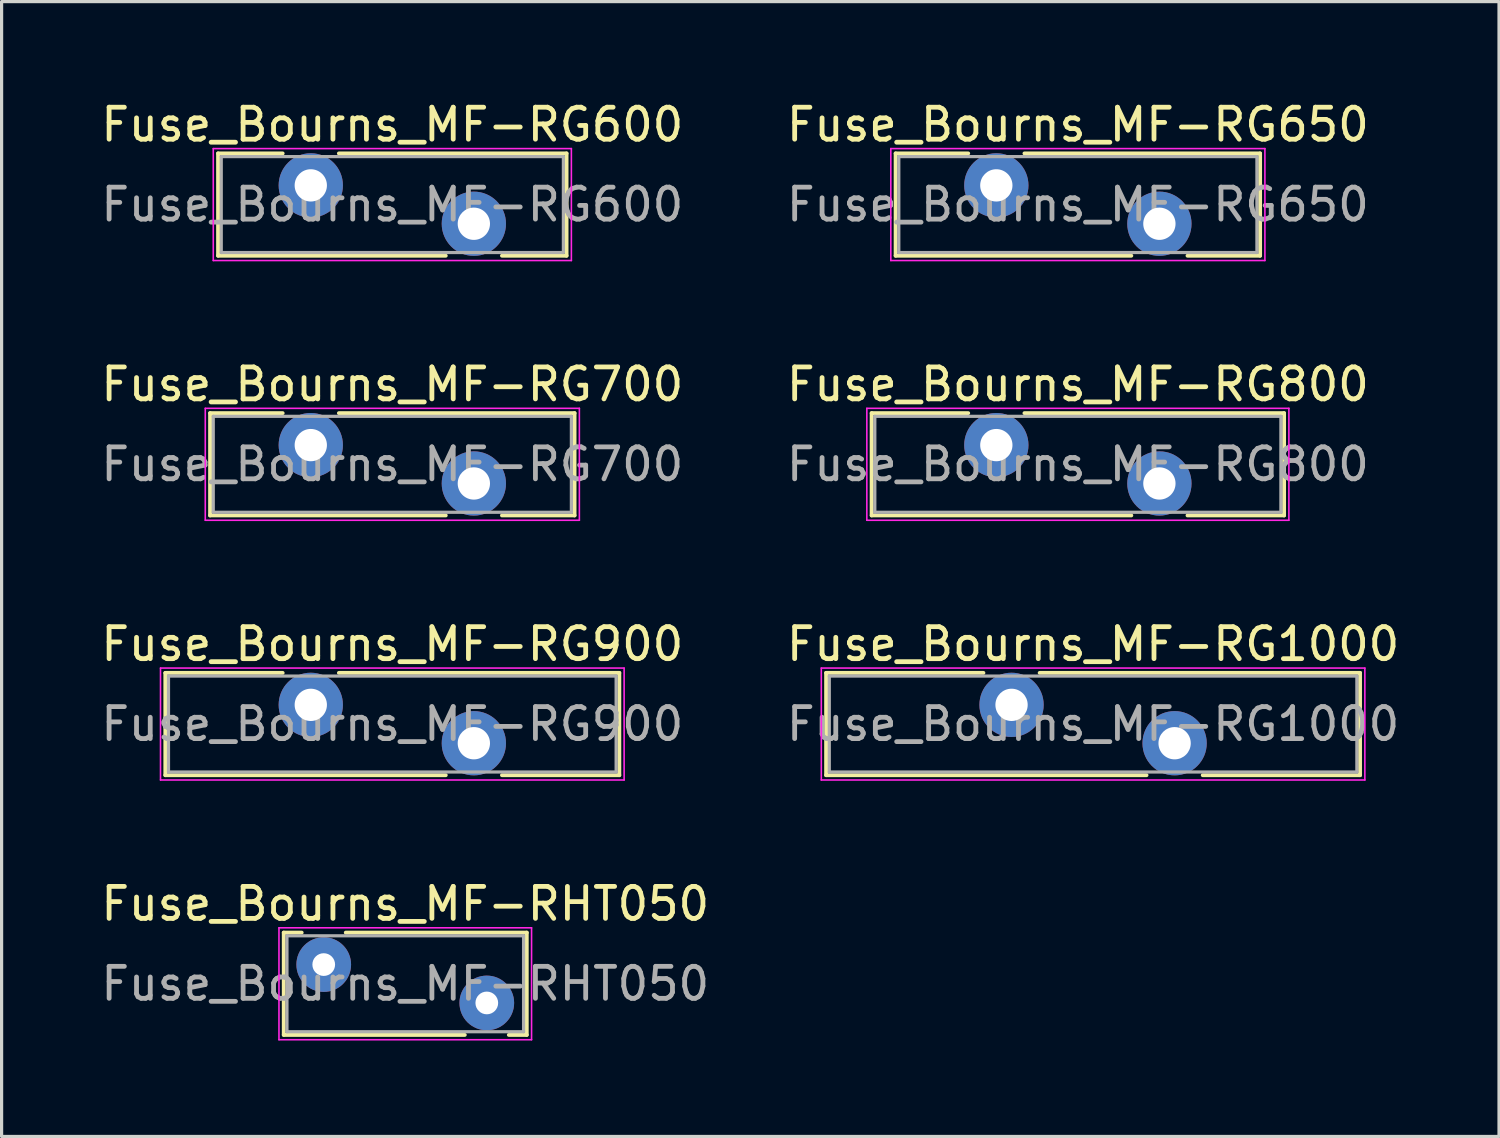
<source format=kicad_pcb>
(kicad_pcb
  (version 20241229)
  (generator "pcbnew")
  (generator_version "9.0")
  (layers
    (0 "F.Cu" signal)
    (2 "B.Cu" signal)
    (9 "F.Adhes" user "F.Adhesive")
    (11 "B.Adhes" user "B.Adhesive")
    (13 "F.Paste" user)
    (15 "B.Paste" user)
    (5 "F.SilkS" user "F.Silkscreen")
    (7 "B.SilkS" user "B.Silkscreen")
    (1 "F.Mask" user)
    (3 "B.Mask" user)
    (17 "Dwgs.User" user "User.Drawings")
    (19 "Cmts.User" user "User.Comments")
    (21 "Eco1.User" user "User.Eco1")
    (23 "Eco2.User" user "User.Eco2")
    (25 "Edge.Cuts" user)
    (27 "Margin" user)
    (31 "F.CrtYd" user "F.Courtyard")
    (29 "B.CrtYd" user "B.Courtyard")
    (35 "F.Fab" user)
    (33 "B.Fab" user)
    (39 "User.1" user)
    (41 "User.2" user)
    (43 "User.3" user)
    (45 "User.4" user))
  (footprint "Fuse_Bourns_MF-RG700"
    (layer "F.Cu")
    (at 6.67 10.871)
    (property "Reference" "Fuse_Bourns_MF-RG700" (at 2.55 -1.9 0) (layer "F.SilkS") (effects (font (size 1 1) (thickness 0.15))))
    (attr through_hole)
    (fp_line (start -3.15 -1) (end -3.15 2.2) (stroke (width 0.12) (type solid)) (layer "F.SilkS"))
    (fp_line (start -3.15 -1) (end -0.879 -1) (stroke (width 0.12) (type solid)) (layer "F.SilkS"))
    (fp_line (start -3.15 2.2) (end 4.222 2.2) (stroke (width 0.12) (type solid)) (layer "F.SilkS"))
    (fp_line (start 0.879 -1) (end 8.25 -1) (stroke (width 0.12) (type solid)) (layer "F.SilkS"))
    (fp_line (start 5.979 2.2) (end 8.25 2.2) (stroke (width 0.12) (type solid)) (layer "F.SilkS"))
    (fp_line (start 8.25 -1) (end 8.25 2.2) (stroke (width 0.12) (type solid)) (layer "F.SilkS"))
    (fp_line (start -3.3 -1.15) (end -3.3 2.35) (stroke (width 0.05) (type solid)) (layer "F.CrtYd"))
    (fp_line (start -3.3 2.35) (end 8.4 2.35) (stroke (width 0.05) (type solid)) (layer "F.CrtYd"))
    (fp_line (start 8.4 -1.15) (end -3.3 -1.15) (stroke (width 0.05) (type solid)) (layer "F.CrtYd"))
    (fp_line (start 8.4 2.35) (end 8.4 -1.15) (stroke (width 0.05) (type solid)) (layer "F.CrtYd"))
    (fp_line (start -3.05 -0.9) (end -3.05 2.1) (stroke (width 0.1) (type solid)) (layer "F.Fab"))
    (fp_line (start -3.05 2.1) (end 8.15 2.1) (stroke (width 0.1) (type solid)) (layer "F.Fab"))
    (fp_line (start 8.15 -0.9) (end -3.05 -0.9) (stroke (width 0.1) (type solid)) (layer "F.Fab"))
    (fp_line (start 8.15 2.1) (end 8.15 -0.9) (stroke (width 0.1) (type solid)) (layer "F.Fab"))
    (fp_text user "${REFERENCE}" (at 2.55 0.6 0) (layer "F.Fab") (effects (font (size 1 1) (thickness 0.15))))
    (pad "1" thru_hole circle (at 0 0) (size 2.01 2.01) (drill 1.01) (layers "*.Cu" "*.Mask"))
    (pad "2" thru_hole circle (at 5.1 1.2) (size 2.01 2.01) (drill 1.01) (layers "*.Cu" "*.Mask")))
  (footprint "Fuse_Bourns_MF-RG1000"
    (layer "F.Cu")
    (at 28.587 18.995)
    (property "Reference" "Fuse_Bourns_MF-RG1000" (at 2.55 -1.9 0) (layer "F.SilkS") (effects (font (size 1 1) (thickness 0.15))))
    (attr through_hole)
    (fp_line (start -5.8 -1) (end -5.8 2.2) (stroke (width 0.12) (type solid)) (layer "F.SilkS"))
    (fp_line (start -5.8 -1) (end -0.879 -1) (stroke (width 0.12) (type solid)) (layer "F.SilkS"))
    (fp_line (start -5.8 2.2) (end 4.222 2.2) (stroke (width 0.12) (type solid)) (layer "F.SilkS"))
    (fp_line (start 0.879 -1) (end 10.9 -1) (stroke (width 0.12) (type solid)) (layer "F.SilkS"))
    (fp_line (start 5.979 2.2) (end 10.9 2.2) (stroke (width 0.12) (type solid)) (layer "F.SilkS"))
    (fp_line (start 10.9 -1) (end 10.9 2.2) (stroke (width 0.12) (type solid)) (layer "F.SilkS"))
    (fp_line (start -5.95 -1.15) (end -5.95 2.35) (stroke (width 0.05) (type solid)) (layer "F.CrtYd"))
    (fp_line (start -5.95 2.35) (end 11.05 2.35) (stroke (width 0.05) (type solid)) (layer "F.CrtYd"))
    (fp_line (start 11.05 -1.15) (end -5.95 -1.15) (stroke (width 0.05) (type solid)) (layer "F.CrtYd"))
    (fp_line (start 11.05 2.35) (end 11.05 -1.15) (stroke (width 0.05) (type solid)) (layer "F.CrtYd"))
    (fp_line (start -5.7 -0.9) (end -5.7 2.1) (stroke (width 0.1) (type solid)) (layer "F.Fab"))
    (fp_line (start -5.7 2.1) (end 10.8 2.1) (stroke (width 0.1) (type solid)) (layer "F.Fab"))
    (fp_line (start 10.8 -0.9) (end -5.7 -0.9) (stroke (width 0.1) (type solid)) (layer "F.Fab"))
    (fp_line (start 10.8 2.1) (end 10.8 -0.9) (stroke (width 0.1) (type solid)) (layer "F.Fab"))
    (fp_text user "${REFERENCE}" (at 2.55 0.6 0) (layer "F.Fab") (effects (font (size 1 1) (thickness 0.15))))
    (pad "1" thru_hole circle (at 0 0) (size 2.01 2.01) (drill 1.01) (layers "*.Cu" "*.Mask"))
    (pad "2" thru_hole circle (at 5.1 1.2) (size 2.01 2.01) (drill 1.01) (layers "*.Cu" "*.Mask")))
  (footprint "Fuse_Bourns_MF-RG800"
    (layer "F.Cu")
    (at 28.111 10.871)
    (property "Reference" "Fuse_Bourns_MF-RG800" (at 2.55 -1.9 0) (layer "F.SilkS") (effects (font (size 1 1) (thickness 0.15))))
    (attr through_hole)
    (fp_line (start -3.9 -1) (end -3.9 2.2) (stroke (width 0.12) (type solid)) (layer "F.SilkS"))
    (fp_line (start -3.9 -1) (end -0.879 -1) (stroke (width 0.12) (type solid)) (layer "F.SilkS"))
    (fp_line (start -3.9 2.2) (end 4.222 2.2) (stroke (width 0.12) (type solid)) (layer "F.SilkS"))
    (fp_line (start 0.879 -1) (end 9 -1) (stroke (width 0.12) (type solid)) (layer "F.SilkS"))
    (fp_line (start 5.979 2.2) (end 9 2.2) (stroke (width 0.12) (type solid)) (layer "F.SilkS"))
    (fp_line (start 9 -1) (end 9 2.2) (stroke (width 0.12) (type solid)) (layer "F.SilkS"))
    (fp_line (start -4.05 -1.15) (end -4.05 2.35) (stroke (width 0.05) (type solid)) (layer "F.CrtYd"))
    (fp_line (start -4.05 2.35) (end 9.15 2.35) (stroke (width 0.05) (type solid)) (layer "F.CrtYd"))
    (fp_line (start 9.15 -1.15) (end -4.05 -1.15) (stroke (width 0.05) (type solid)) (layer "F.CrtYd"))
    (fp_line (start 9.15 2.35) (end 9.15 -1.15) (stroke (width 0.05) (type solid)) (layer "F.CrtYd"))
    (fp_line (start -3.8 -0.9) (end -3.8 2.1) (stroke (width 0.1) (type solid)) (layer "F.Fab"))
    (fp_line (start -3.8 2.1) (end 8.9 2.1) (stroke (width 0.1) (type solid)) (layer "F.Fab"))
    (fp_line (start 8.9 -0.9) (end -3.8 -0.9) (stroke (width 0.1) (type solid)) (layer "F.Fab"))
    (fp_line (start 8.9 2.1) (end 8.9 -0.9) (stroke (width 0.1) (type solid)) (layer "F.Fab"))
    (fp_text user "${REFERENCE}" (at 2.55 0.6 0) (layer "F.Fab") (effects (font (size 1 1) (thickness 0.15))))
    (pad "1" thru_hole circle (at 0 0) (size 2.01 2.01) (drill 1.01) (layers "*.Cu" "*.Mask"))
    (pad "2" thru_hole circle (at 5.1 1.2) (size 2.01 2.01) (drill 1.01) (layers "*.Cu" "*.Mask")))
  (footprint "Fuse_Bourns_MF-RHT050"
    (layer "F.Cu")
    (at 7.075 27.118)
    (property "Reference" "Fuse_Bourns_MF-RHT050" (at 2.55 -1.9 0) (layer "F.SilkS") (effects (font (size 1 1) (thickness 0.15))))
    (attr through_hole)
    (fp_line (start -1.251 -1) (end -1.251 2.2) (stroke (width 0.12) (type solid)) (layer "F.SilkS"))
    (fp_line (start -1.251 -1) (end -0.689 -1) (stroke (width 0.12) (type solid)) (layer "F.SilkS"))
    (fp_line (start -1.251 2.2) (end 4.412 2.2) (stroke (width 0.12) (type solid)) (layer "F.SilkS"))
    (fp_line (start 0.689 -1) (end 6.35 -1) (stroke (width 0.12) (type solid)) (layer "F.SilkS"))
    (fp_line (start 5.789 2.2) (end 6.35 2.2) (stroke (width 0.12) (type solid)) (layer "F.SilkS"))
    (fp_line (start 6.35 -1) (end 6.35 2.2) (stroke (width 0.12) (type solid)) (layer "F.SilkS"))
    (fp_line (start -1.4 -1.15) (end -1.4 2.35) (stroke (width 0.05) (type solid)) (layer "F.CrtYd"))
    (fp_line (start -1.4 2.35) (end 6.5 2.35) (stroke (width 0.05) (type solid)) (layer "F.CrtYd"))
    (fp_line (start 6.5 -1.15) (end -1.4 -1.15) (stroke (width 0.05) (type solid)) (layer "F.CrtYd"))
    (fp_line (start 6.5 2.35) (end 6.5 -1.15) (stroke (width 0.05) (type solid)) (layer "F.CrtYd"))
    (fp_line (start -1.15 -0.9) (end -1.15 2.1) (stroke (width 0.1) (type solid)) (layer "F.Fab"))
    (fp_line (start -1.15 2.1) (end 6.25 2.1) (stroke (width 0.1) (type solid)) (layer "F.Fab"))
    (fp_line (start 6.25 -0.9) (end -1.15 -0.9) (stroke (width 0.1) (type solid)) (layer "F.Fab"))
    (fp_line (start 6.25 2.1) (end 6.25 -0.9) (stroke (width 0.1) (type solid)) (layer "F.Fab"))
    (fp_text user "${REFERENCE}" (at 2.55 0.6 0) (layer "F.Fab") (effects (font (size 1 1) (thickness 0.15))))
    (pad "1" thru_hole circle (at 0 0) (size 1.71 1.71) (drill 0.71) (layers "*.Cu" "*.Mask"))
    (pad "2" thru_hole circle (at 5.1 1.2) (size 1.71 1.71) (drill 0.71) (layers "*.Cu" "*.Mask")))
  (footprint "Fuse_Bourns_MF-RG900"
    (layer "F.Cu")
    (at 6.67 18.995)
    (property "Reference" "Fuse_Bourns_MF-RG900" (at 2.55 -1.9 0) (layer "F.SilkS") (effects (font (size 1 1) (thickness 0.15))))
    (attr through_hole)
    (fp_line (start -4.55 -1) (end -4.55 2.2) (stroke (width 0.12) (type solid)) (layer "F.SilkS"))
    (fp_line (start -4.55 -1) (end -0.879 -1) (stroke (width 0.12) (type solid)) (layer "F.SilkS"))
    (fp_line (start -4.55 2.2) (end 4.222 2.2) (stroke (width 0.12) (type solid)) (layer "F.SilkS"))
    (fp_line (start 0.879 -1) (end 9.65 -1) (stroke (width 0.12) (type solid)) (layer "F.SilkS"))
    (fp_line (start 5.979 2.2) (end 9.65 2.2) (stroke (width 0.12) (type solid)) (layer "F.SilkS"))
    (fp_line (start 9.65 -1) (end 9.65 2.2) (stroke (width 0.12) (type solid)) (layer "F.SilkS"))
    (fp_line (start -4.7 -1.15) (end -4.7 2.35) (stroke (width 0.05) (type solid)) (layer "F.CrtYd"))
    (fp_line (start -4.7 2.35) (end 9.8 2.35) (stroke (width 0.05) (type solid)) (layer "F.CrtYd"))
    (fp_line (start 9.8 -1.15) (end -4.7 -1.15) (stroke (width 0.05) (type solid)) (layer "F.CrtYd"))
    (fp_line (start 9.8 2.35) (end 9.8 -1.15) (stroke (width 0.05) (type solid)) (layer "F.CrtYd"))
    (fp_line (start -4.45 -0.9) (end -4.45 2.1) (stroke (width 0.1) (type solid)) (layer "F.Fab"))
    (fp_line (start -4.45 2.1) (end 9.55 2.1) (stroke (width 0.1) (type solid)) (layer "F.Fab"))
    (fp_line (start 9.55 -0.9) (end -4.45 -0.9) (stroke (width 0.1) (type solid)) (layer "F.Fab"))
    (fp_line (start 9.55 2.1) (end 9.55 -0.9) (stroke (width 0.1) (type solid)) (layer "F.Fab"))
    (fp_text user "${REFERENCE}" (at 2.55 0.6 0) (layer "F.Fab") (effects (font (size 1 1) (thickness 0.15))))
    (pad "1" thru_hole circle (at 0 0) (size 2.01 2.01) (drill 1.01) (layers "*.Cu" "*.Mask"))
    (pad "2" thru_hole circle (at 5.1 1.2) (size 2.01 2.01) (drill 1.01) (layers "*.Cu" "*.Mask")))
  (footprint "Fuse_Bourns_MF-RG650"
    (layer "F.Cu")
    (at 28.111 2.748)
    (property "Reference" "Fuse_Bourns_MF-RG650" (at 2.55 -1.9 0) (layer "F.SilkS") (effects (font (size 1 1) (thickness 0.15))))
    (attr through_hole)
    (fp_line (start -3.15 -1) (end -3.15 2.2) (stroke (width 0.12) (type solid)) (layer "F.SilkS"))
    (fp_line (start -3.15 -1) (end -0.879 -1) (stroke (width 0.12) (type solid)) (layer "F.SilkS"))
    (fp_line (start -3.15 2.2) (end 4.222 2.2) (stroke (width 0.12) (type solid)) (layer "F.SilkS"))
    (fp_line (start 0.879 -1) (end 8.25 -1) (stroke (width 0.12) (type solid)) (layer "F.SilkS"))
    (fp_line (start 5.979 2.2) (end 8.25 2.2) (stroke (width 0.12) (type solid)) (layer "F.SilkS"))
    (fp_line (start 8.25 -1) (end 8.25 2.2) (stroke (width 0.12) (type solid)) (layer "F.SilkS"))
    (fp_line (start -3.3 -1.15) (end -3.3 2.35) (stroke (width 0.05) (type solid)) (layer "F.CrtYd"))
    (fp_line (start -3.3 2.35) (end 8.4 2.35) (stroke (width 0.05) (type solid)) (layer "F.CrtYd"))
    (fp_line (start 8.4 -1.15) (end -3.3 -1.15) (stroke (width 0.05) (type solid)) (layer "F.CrtYd"))
    (fp_line (start 8.4 2.35) (end 8.4 -1.15) (stroke (width 0.05) (type solid)) (layer "F.CrtYd"))
    (fp_line (start -3.05 -0.9) (end -3.05 2.1) (stroke (width 0.1) (type solid)) (layer "F.Fab"))
    (fp_line (start -3.05 2.1) (end 8.15 2.1) (stroke (width 0.1) (type solid)) (layer "F.Fab"))
    (fp_line (start 8.15 -0.9) (end -3.05 -0.9) (stroke (width 0.1) (type solid)) (layer "F.Fab"))
    (fp_line (start 8.15 2.1) (end 8.15 -0.9) (stroke (width 0.1) (type solid)) (layer "F.Fab"))
    (fp_text user "${REFERENCE}" (at 2.55 0.6 0) (layer "F.Fab") (effects (font (size 1 1) (thickness 0.15))))
    (pad "1" thru_hole circle (at 0 0) (size 2.01 2.01) (drill 1.01) (layers "*.Cu" "*.Mask"))
    (pad "2" thru_hole circle (at 5.1 1.2) (size 2.01 2.01) (drill 1.01) (layers "*.Cu" "*.Mask")))
  (footprint "Fuse_Bourns_MF-RG600"
    (layer "F.Cu")
    (at 6.67 2.748)
    (property "Reference" "Fuse_Bourns_MF-RG600" (at 2.55 -1.9 0) (layer "F.SilkS") (effects (font (size 1 1) (thickness 0.15))))
    (attr through_hole)
    (fp_line (start -2.9 -1) (end -2.9 2.2) (stroke (width 0.12) (type solid)) (layer "F.SilkS"))
    (fp_line (start -2.9 -1) (end -0.879 -1) (stroke (width 0.12) (type solid)) (layer "F.SilkS"))
    (fp_line (start -2.9 2.2) (end 4.222 2.2) (stroke (width 0.12) (type solid)) (layer "F.SilkS"))
    (fp_line (start 0.879 -1) (end 8 -1) (stroke (width 0.12) (type solid)) (layer "F.SilkS"))
    (fp_line (start 5.979 2.2) (end 8 2.2) (stroke (width 0.12) (type solid)) (layer "F.SilkS"))
    (fp_line (start 8 -1) (end 8 2.2) (stroke (width 0.12) (type solid)) (layer "F.SilkS"))
    (fp_line (start -3.05 -1.15) (end -3.05 2.35) (stroke (width 0.05) (type solid)) (layer "F.CrtYd"))
    (fp_line (start -3.05 2.35) (end 8.15 2.35) (stroke (width 0.05) (type solid)) (layer "F.CrtYd"))
    (fp_line (start 8.15 -1.15) (end -3.05 -1.15) (stroke (width 0.05) (type solid)) (layer "F.CrtYd"))
    (fp_line (start 8.15 2.35) (end 8.15 -1.15) (stroke (width 0.05) (type solid)) (layer "F.CrtYd"))
    (fp_line (start -2.8 -0.9) (end -2.8 2.1) (stroke (width 0.1) (type solid)) (layer "F.Fab"))
    (fp_line (start -2.8 2.1) (end 7.9 2.1) (stroke (width 0.1) (type solid)) (layer "F.Fab"))
    (fp_line (start 7.9 -0.9) (end -2.8 -0.9) (stroke (width 0.1) (type solid)) (layer "F.Fab"))
    (fp_line (start 7.9 2.1) (end 7.9 -0.9) (stroke (width 0.1) (type solid)) (layer "F.Fab"))
    (fp_text user "${REFERENCE}" (at 2.55 0.6 0) (layer "F.Fab") (effects (font (size 1 1) (thickness 0.15))))
    (pad "1" thru_hole circle (at 0 0) (size 2.01 2.01) (drill 1.01) (layers "*.Cu" "*.Mask"))
    (pad "2" thru_hole circle (at 5.1 1.2) (size 2.01 2.01) (drill 1.01) (layers "*.Cu" "*.Mask")))
  (gr_rect
    (start -3 -3)
    (end 43.833 32.493)
    (stroke (width 0.1) (type default))
    (fill no)
    (layer "Edge.Cuts")))
</source>
